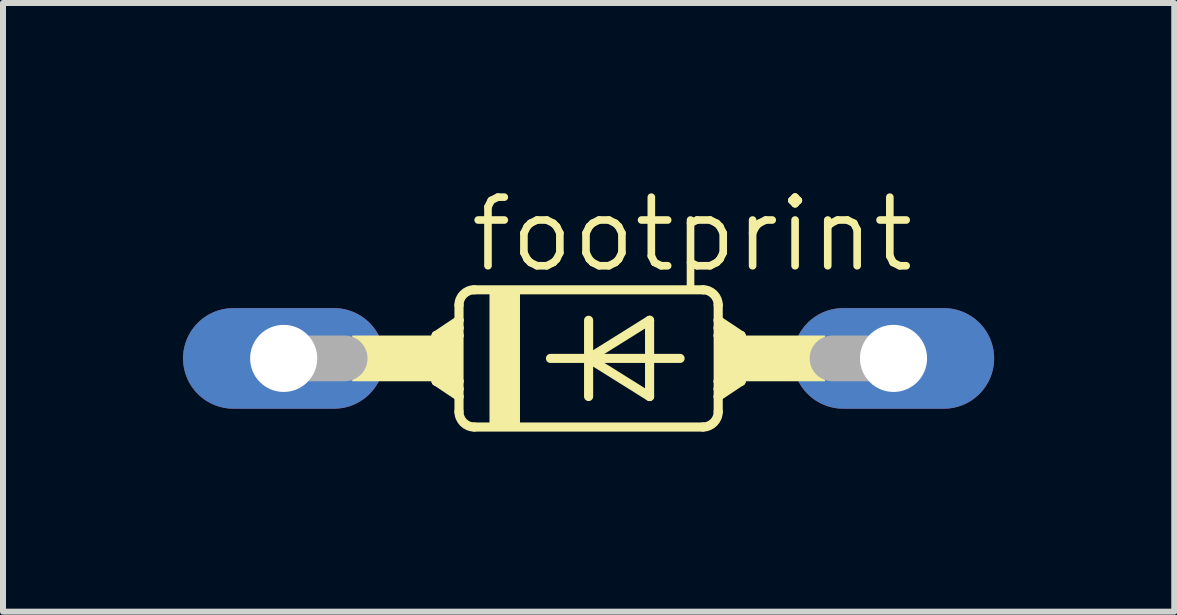
<source format=kicad_pcb>
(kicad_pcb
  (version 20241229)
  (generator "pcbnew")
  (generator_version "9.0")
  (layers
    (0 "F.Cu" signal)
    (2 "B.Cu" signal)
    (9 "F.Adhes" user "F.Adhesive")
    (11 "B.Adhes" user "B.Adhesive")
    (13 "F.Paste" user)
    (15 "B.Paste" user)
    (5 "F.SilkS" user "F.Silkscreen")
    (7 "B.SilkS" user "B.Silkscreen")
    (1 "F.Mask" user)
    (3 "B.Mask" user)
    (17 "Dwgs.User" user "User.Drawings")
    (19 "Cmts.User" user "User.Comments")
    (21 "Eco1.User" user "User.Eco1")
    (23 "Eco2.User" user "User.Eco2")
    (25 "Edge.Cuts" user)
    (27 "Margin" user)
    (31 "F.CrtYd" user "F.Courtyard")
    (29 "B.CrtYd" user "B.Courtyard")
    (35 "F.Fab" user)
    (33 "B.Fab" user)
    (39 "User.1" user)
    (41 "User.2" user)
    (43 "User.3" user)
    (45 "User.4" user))
  (footprint "footprint"
    (layer "F.Cu")
    (at 6.756 2.921)
    (property "Reference" "footprint" (at -2.032 -1.397 0) (layer "F.SilkS") (effects (font (size 1.143 1.143) (thickness 0.127)) (justify left bottom)))
    (fp_line (start -2.54 -0.381) (end -2.54 0.381) (stroke (width 0.152) (type solid)) (layer "F.SilkS"))
    (fp_line (start -2.54 -0.381) (end -2.413 -0.381) (stroke (width 0.152) (type solid)) (layer "F.SilkS"))
    (fp_line (start -2.54 0.381) (end -2.413 0.381) (stroke (width 0.152) (type solid)) (layer "F.SilkS"))
    (fp_line (start -2.54 0.381) (end -2.159 0.635) (stroke (width 0.152) (type solid)) (layer "F.SilkS"))
    (fp_line (start -2.413 -0.381) (end -2.159 -0.381) (stroke (width 0.152) (type solid)) (layer "F.SilkS"))
    (fp_line (start -2.413 0.381) (end -2.159 0.381) (stroke (width 0.152) (type solid)) (layer "F.SilkS"))
    (fp_line (start -2.159 -0.635) (end -2.54 -0.381) (stroke (width 0.152) (type solid)) (layer "F.SilkS"))
    (fp_line (start -2.159 -0.635) (end -2.159 -0.889) (stroke (width 0.152) (type solid)) (layer "F.SilkS"))
    (fp_line (start -2.159 -0.635) (end -2.159 -0.508) (stroke (width 0.152) (type solid)) (layer "F.SilkS"))
    (fp_line (start -2.159 -0.508) (end -2.413 -0.381) (stroke (width 0.152) (type solid)) (layer "F.SilkS"))
    (fp_line (start -2.159 -0.508) (end -2.159 -0.381) (stroke (width 0.152) (type solid)) (layer "F.SilkS"))
    (fp_line (start -2.159 -0.381) (end -2.159 0.381) (stroke (width 0.152) (type solid)) (layer "F.SilkS"))
    (fp_line (start -2.159 0.381) (end -2.159 0.508) (stroke (width 0.152) (type solid)) (layer "F.SilkS"))
    (fp_line (start -2.159 0.508) (end -2.413 0.381) (stroke (width 0.152) (type solid)) (layer "F.SilkS"))
    (fp_line (start -2.159 0.508) (end -2.159 0.635) (stroke (width 0.152) (type solid)) (layer "F.SilkS"))
    (fp_line (start -2.159 0.635) (end -2.159 0.889) (stroke (width 0.152) (type solid)) (layer "F.SilkS"))
    (fp_line (start -1.905 -1.143) (end 1.905 -1.143) (stroke (width 0.152) (type solid)) (layer "F.SilkS"))
    (fp_line (start -1.905 1.143) (end 1.905 1.143) (stroke (width 0.152) (type solid)) (layer "F.SilkS"))
    (fp_line (start -0.635 0) (end 0 0) (stroke (width 0.152) (type solid)) (layer "F.SilkS"))
    (fp_line (start 0 -0.635) (end 0 0) (stroke (width 0.152) (type solid)) (layer "F.SilkS"))
    (fp_line (start 0 0) (end 0 0.635) (stroke (width 0.152) (type solid)) (layer "F.SilkS"))
    (fp_line (start 0 0) (end 1.016 -0.635) (stroke (width 0.152) (type solid)) (layer "F.SilkS"))
    (fp_line (start 0 0) (end 1.524 0) (stroke (width 0.152) (type solid)) (layer "F.SilkS"))
    (fp_line (start 1.016 -0.635) (end 1.016 0.635) (stroke (width 0.152) (type solid)) (layer "F.SilkS"))
    (fp_line (start 1.016 0.635) (end 0 0) (stroke (width 0.152) (type solid)) (layer "F.SilkS"))
    (fp_line (start 2.159 -0.635) (end 2.159 -0.889) (stroke (width 0.152) (type solid)) (layer "F.SilkS"))
    (fp_line (start 2.159 -0.635) (end 2.54 -0.381) (stroke (width 0.152) (type solid)) (layer "F.SilkS"))
    (fp_line (start 2.159 -0.508) (end 2.159 -0.635) (stroke (width 0.152) (type solid)) (layer "F.SilkS"))
    (fp_line (start 2.159 -0.508) (end 2.413 -0.381) (stroke (width 0.152) (type solid)) (layer "F.SilkS"))
    (fp_line (start 2.159 -0.381) (end 2.159 -0.508) (stroke (width 0.152) (type solid)) (layer "F.SilkS"))
    (fp_line (start 2.159 0.381) (end 2.159 -0.381) (stroke (width 0.152) (type solid)) (layer "F.SilkS"))
    (fp_line (start 2.159 0.508) (end 2.159 0.381) (stroke (width 0.152) (type solid)) (layer "F.SilkS"))
    (fp_line (start 2.159 0.508) (end 2.413 0.381) (stroke (width 0.152) (type solid)) (layer "F.SilkS"))
    (fp_line (start 2.159 0.635) (end 2.159 0.508) (stroke (width 0.152) (type solid)) (layer "F.SilkS"))
    (fp_line (start 2.159 0.635) (end 2.159 0.889) (stroke (width 0.152) (type solid)) (layer "F.SilkS"))
    (fp_line (start 2.159 0.635) (end 2.54 0.381) (stroke (width 0.152) (type solid)) (layer "F.SilkS"))
    (fp_line (start 2.413 -0.381) (end 2.159 -0.381) (stroke (width 0.152) (type solid)) (layer "F.SilkS"))
    (fp_line (start 2.413 0.381) (end 2.159 0.381) (stroke (width 0.152) (type solid)) (layer "F.SilkS"))
    (fp_line (start 2.54 -0.381) (end 2.413 -0.381) (stroke (width 0.152) (type solid)) (layer "F.SilkS"))
    (fp_line (start 2.54 -0.381) (end 2.54 0.381) (stroke (width 0.152) (type solid)) (layer "F.SilkS"))
    (fp_line (start 2.54 0.381) (end 2.413 0.381) (stroke (width 0.152) (type solid)) (layer "F.SilkS"))
    (fp_arc (start -2.159 -0.889) (mid -2.084605 -1.068605) (end -1.905 -1.143) (stroke (width 0.1524) (type solid)) (layer "F.SilkS"))
    (fp_arc (start -1.905 1.143) (mid -2.084605 1.068605) (end -2.159 0.889) (stroke (width 0.1524) (type solid)) (layer "F.SilkS"))
    (fp_arc (start 1.905 -1.143) (mid 2.084605 -1.068605) (end 2.159 -0.889) (stroke (width 0.1524) (type solid)) (layer "F.SilkS"))
    (fp_arc (start 2.159 0.889) (mid 2.084605 1.068605) (end 1.905 1.143) (stroke (width 0.1524) (type solid)) (layer "F.SilkS"))
    (fp_poly (pts (xy -3.937 0.381) (xy -2.159 0.381) (xy -2.159 -0.381) (xy -3.937 -0.381)) (stroke (width 0) (type solid)) (fill yes) (layer "F.SilkS"))
    (fp_poly (pts (xy -1.651 1.143) (xy -1.143 1.143) (xy -1.143 -1.143) (xy -1.651 -1.143)) (stroke (width 0) (type solid)) (fill yes) (layer "F.SilkS"))
    (fp_poly (pts (xy 2.159 0.381) (xy 3.937 0.381) (xy 3.937 -0.381) (xy 2.159 -0.381)) (stroke (width 0) (type solid)) (fill yes) (layer "F.SilkS"))
    (fp_line (start -5.08 0) (end -4.064 0) (stroke (width 0.762) (type solid)) (layer "F.Fab"))
    (fp_line (start 5.08 0) (end 4.064 0) (stroke (width 0.762) (type solid)) (layer "F.Fab"))
    (pad "A" thru_hole oval (at 5.08 0) (size 3.353 1.676) (drill 1.118) (layers "*.Cu" "*.Mask"))
    (pad "C" thru_hole oval (at -5.08 0) (size 3.353 1.676) (drill 1.118) (layers "*.Cu" "*.Mask")))
  (gr_rect
    (start -3 -3)
    (end 16.513 7.14)
    (stroke (width 0.1) (type default))
    (fill no)
    (layer "Edge.Cuts")))
</source>
